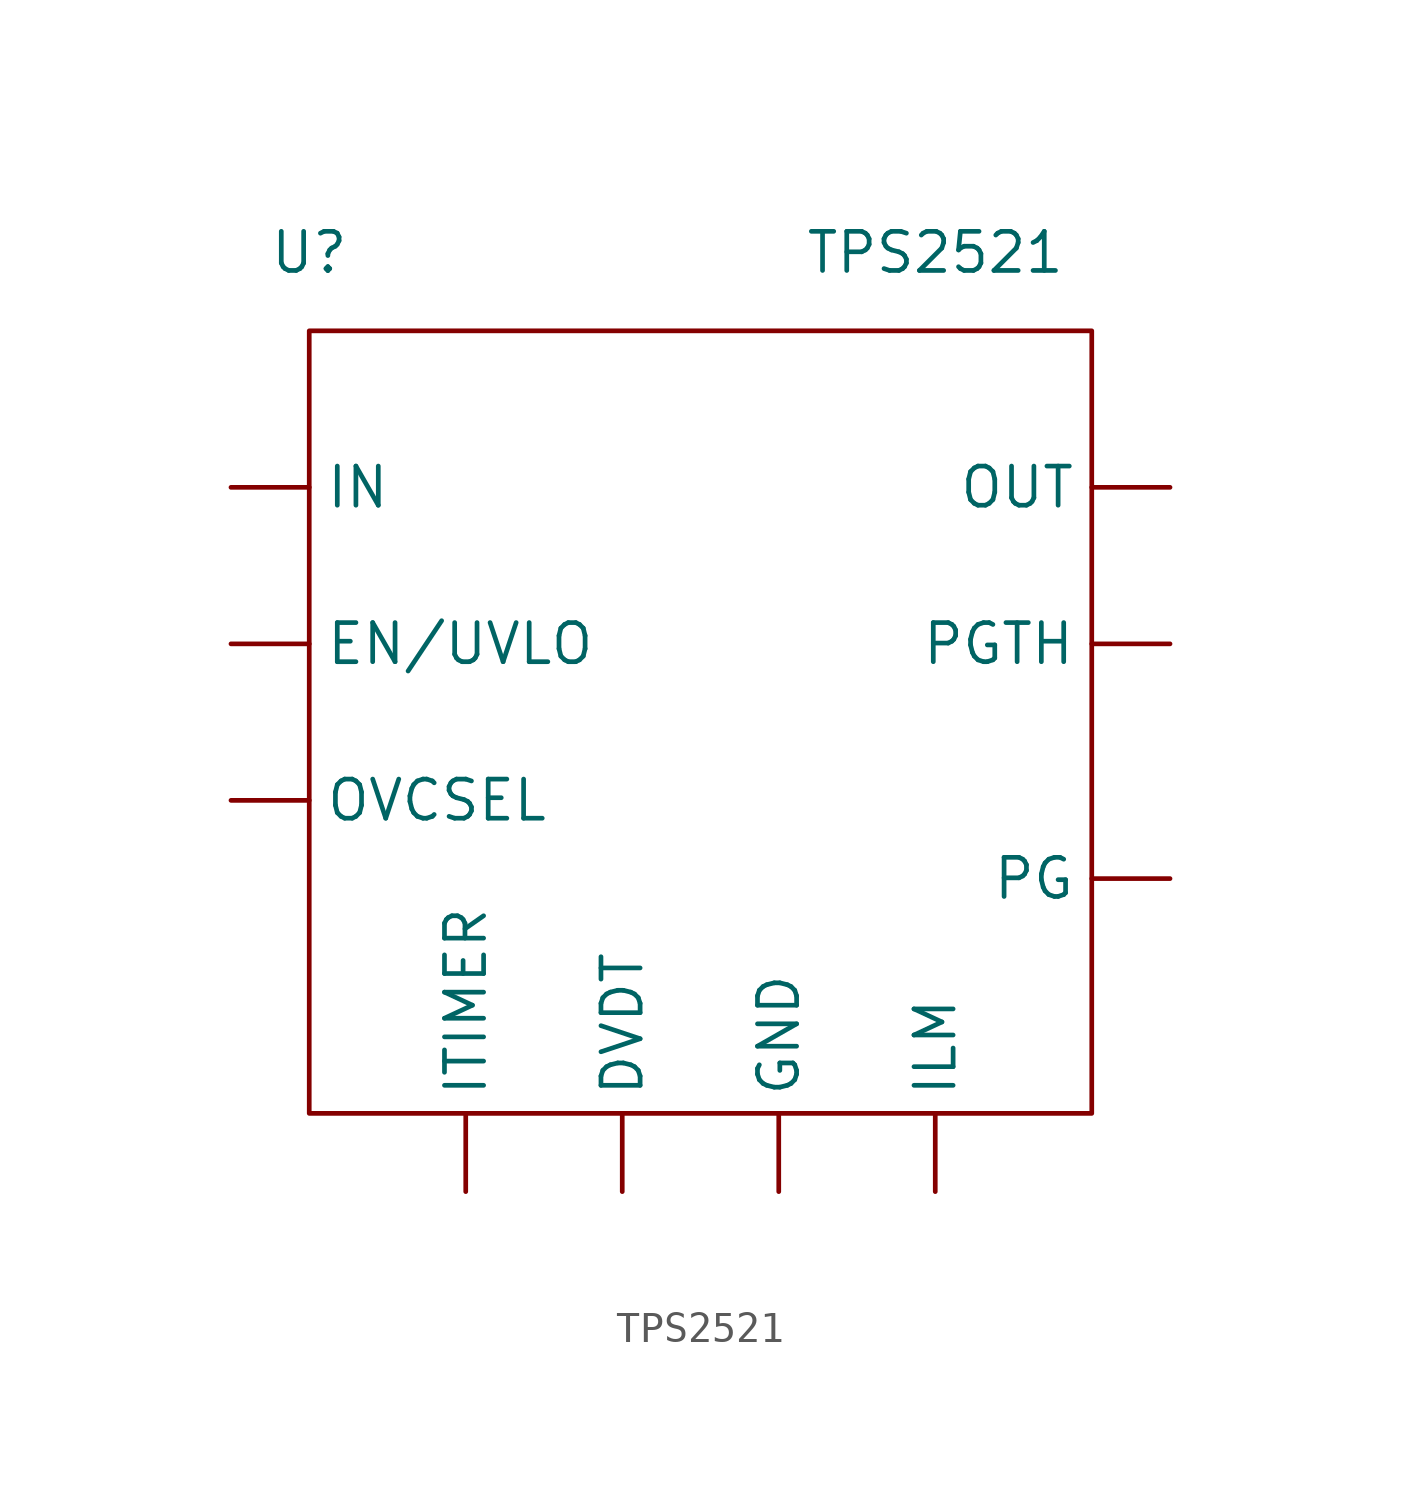
<source format=kicad_sym>
(kicad_symbol_lib
  (version 20211014)
  (generator kicad_symbol_editor)
  (symbol "TPS2521"
    (property "Reference" "U"
      (at -12.7 15.24 0)
      (effects (font (size 1.27 1.27))))
    (property "Value" "TPS2521"
      (at 7.62 15.24 0)
      (effects (font (size 1.27 1.27))))
    (symbol "TPS2521_0_1"
      (rectangle (start -12.7 12.7) (end 12.7 -12.7) (stroke (width 0) (type default) (color 0 0 0 0)) (fill (type none))))
    (symbol "TPS2521_1_1"
      (pin output line (at -2.54 -15.24 90) (length 2.54) (name "DVDT" (effects (font (size 1.27 1.27)))) (number "" (effects (font (size 1.27 1.27)))))
      (pin input line (at -15.24 2.54 0) (length 2.54) (name "EN/UVLO" (effects (font (size 1.27 1.27)))) (number "" (effects (font (size 1.27 1.27)))))
      (pin input line (at 2.54 -15.24 90) (length 2.54) (name "GND" (effects (font (size 1.27 1.27)))) (number "" (effects (font (size 1.27 1.27)))))
      (pin output line (at 7.62 -15.24 90) (length 2.54) (name "ILM" (effects (font (size 1.27 1.27)))) (number "" (effects (font (size 1.27 1.27)))))
      (pin power_in line (at -15.24 7.62 0) (length 2.54) (name "IN" (effects (font (size 1.27 1.27)))) (number "" (effects (font (size 1.27 1.27)))))
      (pin output line (at -7.62 -15.24 90) (length 2.54) (name "ITIMER" (effects (font (size 1.27 1.27)))) (number "" (effects (font (size 1.27 1.27)))))
      (pin power_out line (at 15.24 7.62 180) (length 2.54) (name "OUT" (effects (font (size 1.27 1.27)))) (number "" (effects (font (size 1.27 1.27)))))
      (pin input line (at -15.24 -2.54 0) (length 2.54) (name "OVCSEL" (effects (font (size 1.27 1.27)))) (number "" (effects (font (size 1.27 1.27)))))
      (pin output line (at 15.24 -5.08 180) (length 2.54) (name "PG" (effects (font (size 1.27 1.27)))) (number "" (effects (font (size 1.27 1.27)))))
      (pin input line (at 15.24 2.54 180) (length 2.54) (name "PGTH" (effects (font (size 1.27 1.27)))) (number "" (effects (font (size 1.27 1.27))))))))
</source>
